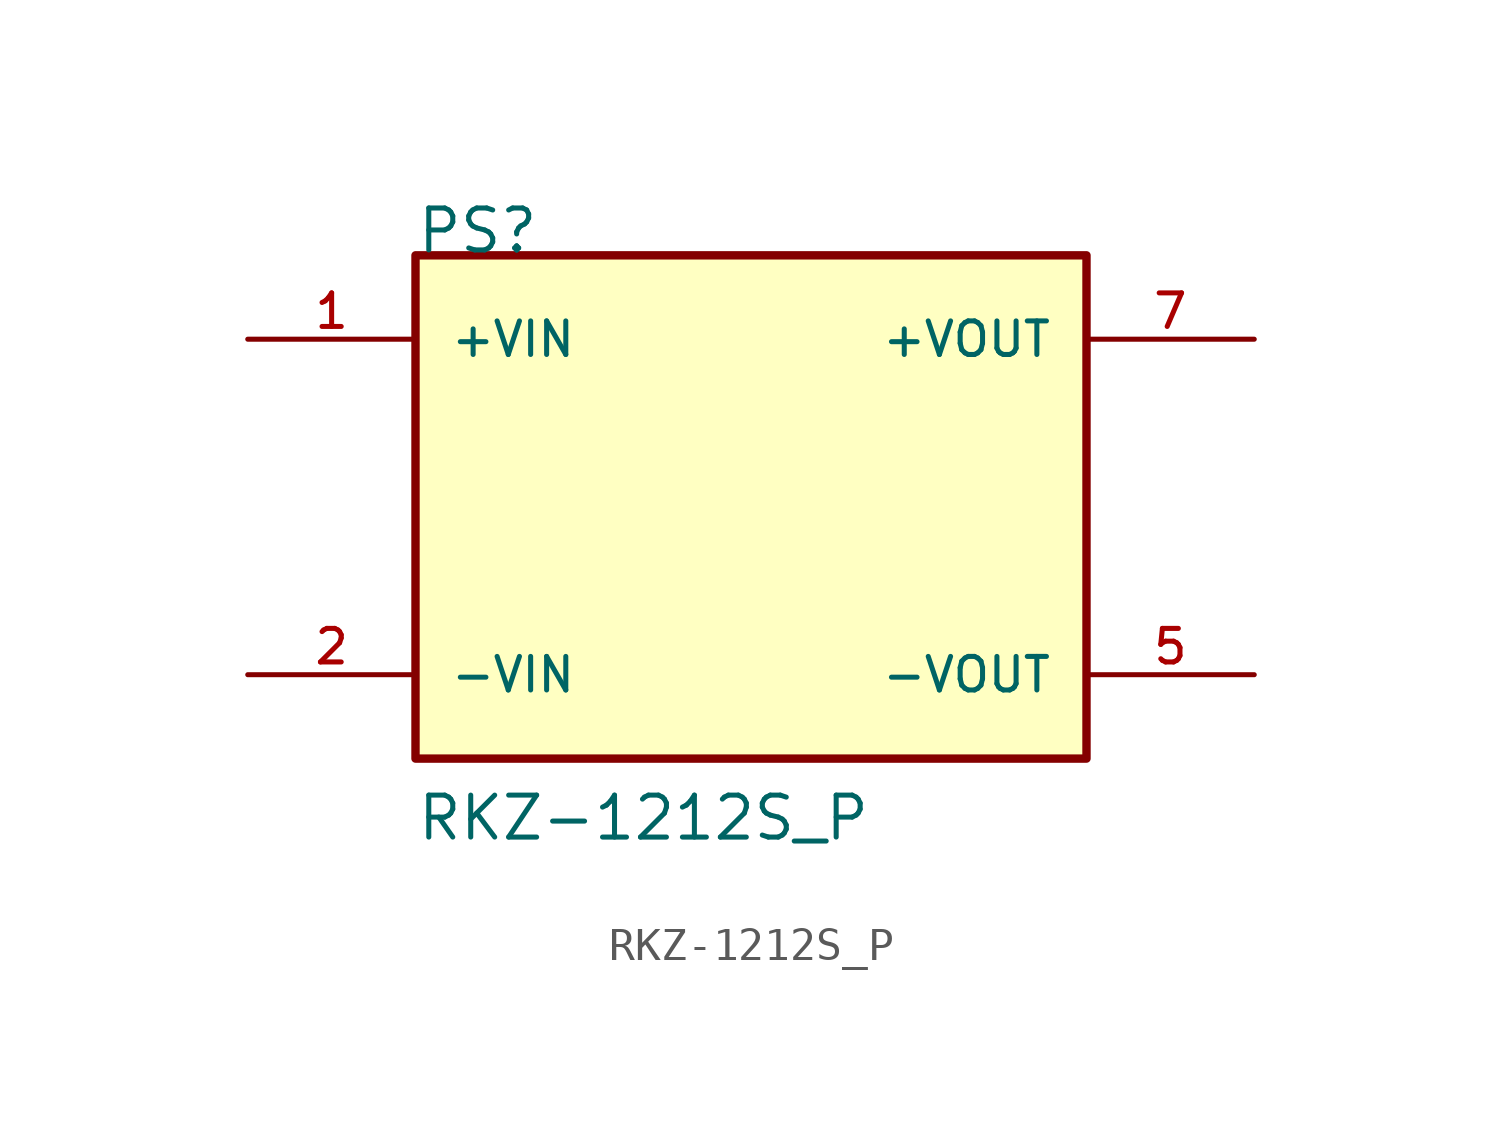
<source format=kicad_sym>
(kicad_symbol_lib
  (version 20211014)
  (generator kicad_symbol_editor)
  (symbol "RKZ-1212S_P"
    (pin_names
      (offset 1.016))
    (property "Reference" "PS"
      (at -10.16 7.62 0)
      (effects (font (size 1.27 1.27)) (justify bottom left)))
    (property "Value" "RKZ-1212S_P"
      (at -10.16 -10.16 0)
      (effects (font (size 1.27 1.27)) (justify bottom left)))
    (symbol "RKZ-1212S_P_0_0"
      (rectangle (start -10.16 -7.62) (end 10.16 7.62) (stroke (width 0.254)) (fill (type background)))
      (pin input line (at -15.24 5.08 0) (length 5.08) (name "+VIN" (effects (font (size 1.016 1.016)))) (number "1" (effects (font (size 1.016 1.016)))))
      (pin input line (at -15.24 -5.08 0) (length 5.08) (name "-VIN" (effects (font (size 1.016 1.016)))) (number "2" (effects (font (size 1.016 1.016)))))
      (pin output line (at 15.24 5.08 180.0) (length 5.08) (name "+VOUT" (effects (font (size 1.016 1.016)))) (number "7" (effects (font (size 1.016 1.016)))))
      (pin output line (at 15.24 -5.08 180.0) (length 5.08) (name "-VOUT" (effects (font (size 1.016 1.016)))) (number "5" (effects (font (size 1.016 1.016))))))))
</source>
